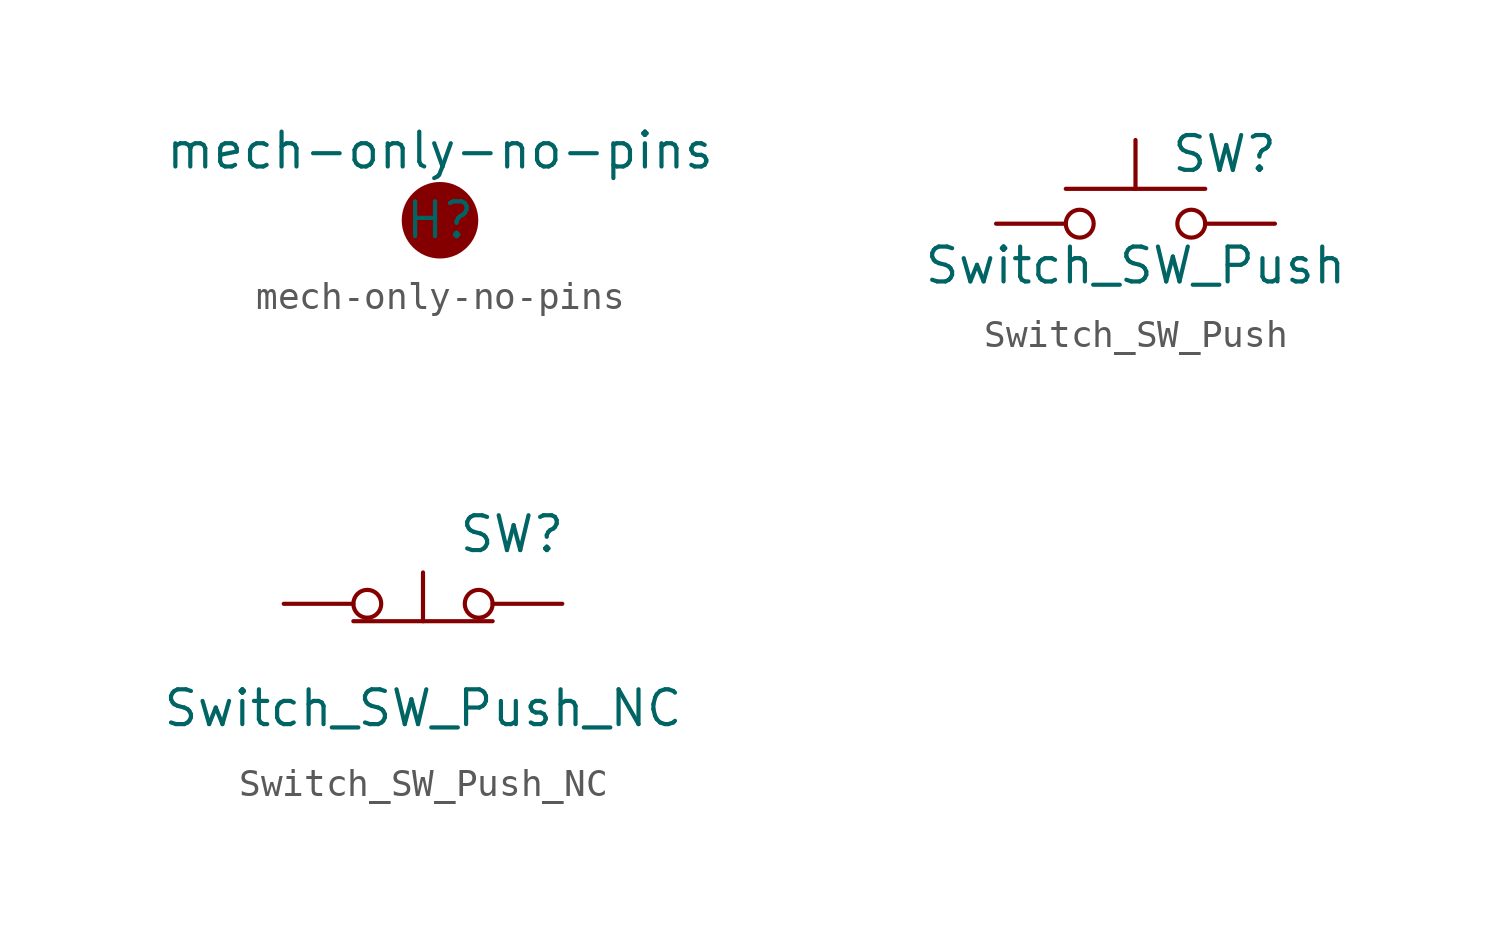
<source format=kicad_sym>
(kicad_symbol_lib
  (version 20220914)
  (generator kicad_symbol_editor)
  (symbol "mech-only-no-pins"
    (pin_numbers hide)
    (pin_names
      (offset 0) hide)
    (property "Reference" "H"
      (at 0 0 0)
      (effects (font (size 1.27 1.27))))
    (property "Value" "mech-only-no-pins"
      (at 0 2.54 0)
      (effects (font (size 1.27 1.27))))
    (symbol "mech-only-no-pins_1_1"
      (circle (center 0 0) (radius 1.27) (stroke (width 0.25) (type default)) (fill (type outline)))))
  (symbol "Switch_SW_Push"
    (pin_numbers hide)
    (pin_names
      (offset 1.016) hide)
    (property "Reference" "SW"
      (at 1.27 2.54 0)
      (effects (font (size 1.27 1.27)) (justify left)))
    (property "Value" "Switch_SW_Push"
      (at 0 -1.524 0)
      (effects (font (size 1.27 1.27))))
    (symbol "Switch_SW_Push_0_1"
      (circle (center -2.032 0) (radius 0.508) (stroke (width 0) (type default)) (fill (type none)))
      (polyline (pts (xy 0 1.27) (xy 0 3.048)) (stroke (width 0) (type default)) (fill (type none)))
      (polyline (pts (xy 2.54 1.27) (xy -2.54 1.27)) (stroke (width 0) (type default)) (fill (type none)))
      (circle (center 2.032 0) (radius 0.508) (stroke (width 0) (type default)) (fill (type none)))
      (pin passive line (at -5.08 0 0) (length 2.54) (name "1" (effects (font (size 1.27 1.27)))) (number "1" (effects (font (size 1.27 1.27)))))
      (pin passive line (at 5.08 0 180) (length 2.54) (name "2" (effects (font (size 1.27 1.27)))) (number "2" (effects (font (size 1.27 1.27)))))))
  (symbol "Switch_SW_Push_NC"
    (pin_numbers hide)
    (pin_names
      (offset 1.016) hide)
    (property "Reference" "SW"
      (at 1.27 2.54 0)
      (effects (font (size 1.27 1.27)) (justify left)))
    (property "Value" "Switch_SW_Push_NC"
      (at 0 -3.81 0)
      (effects (font (size 1.27 1.27))))
    (symbol "Switch_SW_Push_NC_0_1"
      (circle (center -2.032 0) (radius 0.508) (stroke (width 0) (type default)) (fill (type none)))
      (polyline (pts (xy 0 -0.635) (xy 0 1.143)) (stroke (width 0) (type default)) (fill (type none)))
      (polyline (pts (xy 2.54 -0.635) (xy -2.54 -0.635)) (stroke (width 0) (type default)) (fill (type none)))
      (circle (center 2.032 0) (radius 0.508) (stroke (width 0) (type default)) (fill (type none)))
      (pin passive line (at -5.08 0 0) (length 2.54) (name "1" (effects (font (size 1.27 1.27)))) (number "1" (effects (font (size 1.27 1.27)))))
      (pin passive line (at 5.08 0 180) (length 2.54) (name "2" (effects (font (size 1.27 1.27)))) (number "2" (effects (font (size 1.27 1.27))))))))
</source>
